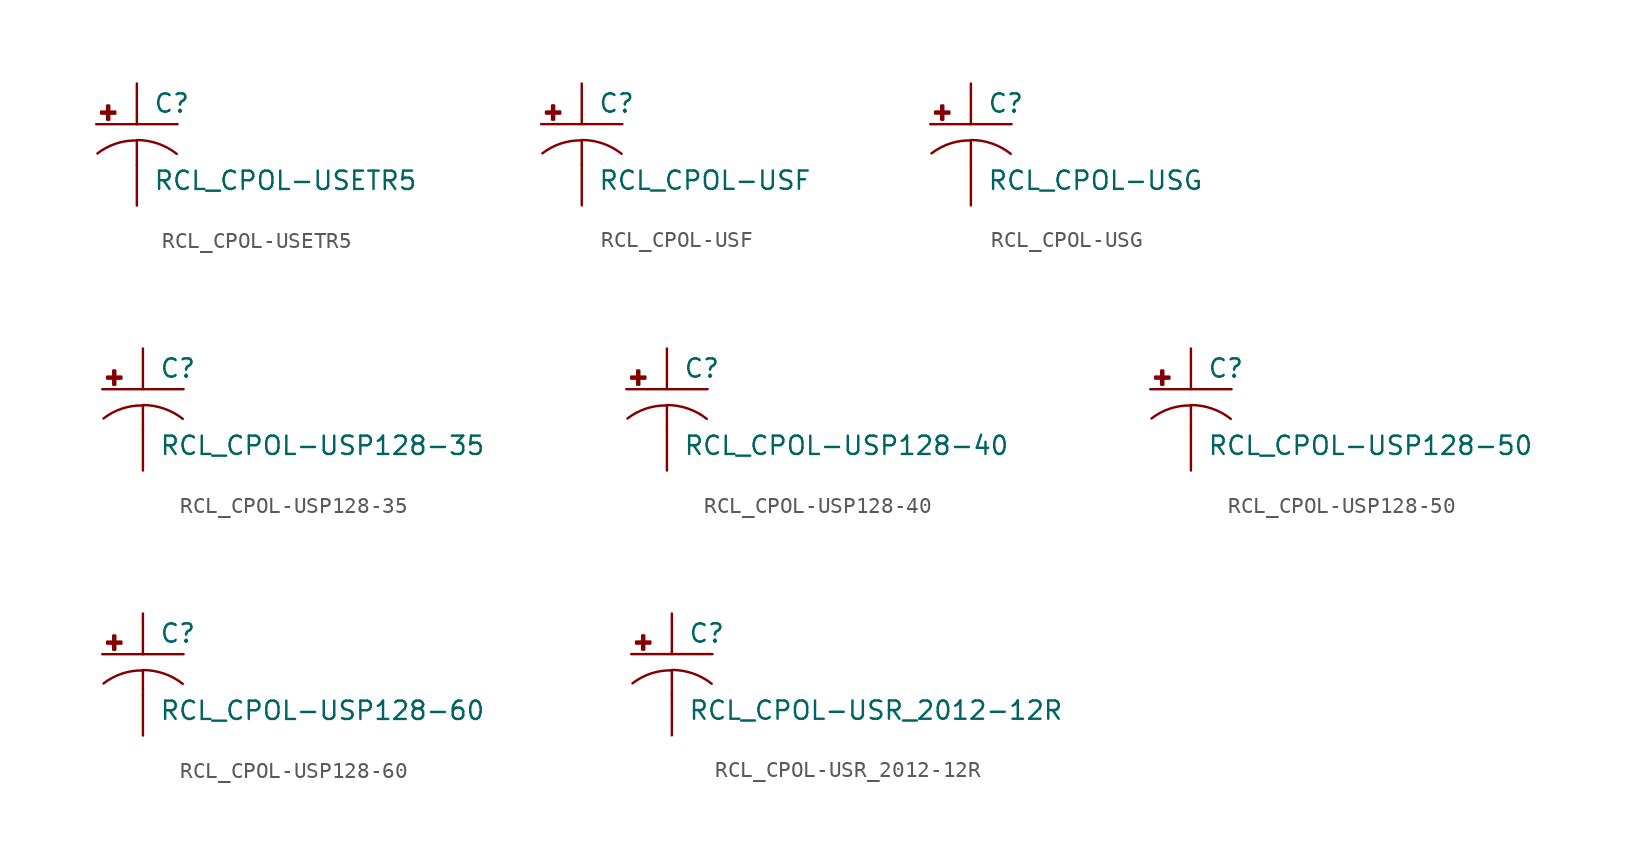
<source format=kicad_sym>
(kicad_symbol_lib
  (version 20210619)
  (generator kicad_symbol_editor)
  (symbol "RCL_CPOL-USETR5"
    (pin_numbers hide)
    (pin_names
      (offset 1.016) hide)
    (property "Reference" "C"
      (at 1.016 0.635 0)
      (effects (font (size 1.143 1.143)) (justify left bottom)))
    (property "Value" "RCL_CPOL-USETR5"
      (at 1.016 -4.191 0)
      (effects (font (size 1.143 1.143)) (justify left bottom)))
    (property "ki_locked" ""
      (at 0 0 0)
      (effects (font (size 1.27 1.27))))
    (symbol "RCL_CPOL-USETR5_1_0"
      (polyline (pts (xy -2.54 0) (xy 2.54 0)) (stroke (width 0)) (fill (type none)))
      (polyline (pts (xy 0 -1.016) (xy 0 -2.54)) (stroke (width 0)) (fill (type none)))
      (polyline (pts (xy 0 -1.016) (xy 0 -1.016)) (stroke (width 0)) (fill (type none))))
    (symbol "RCL_CPOL-USETR5_1_1"
      (arc (start 0 -1.016) (end -2.4638 -1.8288) (radius (at 0 -5.0546) (length 4.0386) (angles 90.1 127.3)) (stroke (width 0)) (fill (type none)))
      (arc (start 2.4892 -1.8542) (end 0 -0.9906) (radius (at 0 -5.0292) (length 4.0386) (angles 52.3 89.9)) (stroke (width 0)) (fill (type none)))
      (rectangle (start -2.235 0.66) (end -1.346 0.787) (stroke (width 0)) (fill (type outline)))
      (rectangle (start -1.854 0.279) (end -1.727 1.168) (stroke (width 0)) (fill (type outline)))
      (pin passive line (at 0 2.54 270) (length 2.54) (name "+" (effects (font (size 1.016 1.016)))) (number "+" (effects (font (size 1.016 1.016)))))
      (pin passive line (at 0 -5.08 90) (length 2.54) (name "-" (effects (font (size 1.016 1.016)))) (number "-" (effects (font (size 1.016 1.016)))))))
  (symbol "RCL_CPOL-USF"
    (pin_numbers hide)
    (pin_names
      (offset 1.016) hide)
    (property "Reference" "C"
      (at 1.016 0.635 0)
      (effects (font (size 1.143 1.143)) (justify left bottom)))
    (property "Value" "RCL_CPOL-USF"
      (at 1.016 -4.191 0)
      (effects (font (size 1.143 1.143)) (justify left bottom)))
    (property "ki_locked" ""
      (at 0 0 0)
      (effects (font (size 1.27 1.27))))
    (symbol "RCL_CPOL-USF_1_0"
      (polyline (pts (xy -2.54 0) (xy 2.54 0)) (stroke (width 0)) (fill (type none)))
      (polyline (pts (xy 0 -1.016) (xy 0 -2.54)) (stroke (width 0)) (fill (type none)))
      (polyline (pts (xy 0 -1.016) (xy 0 -1.016)) (stroke (width 0)) (fill (type none))))
    (symbol "RCL_CPOL-USF_1_1"
      (arc (start 0 -1.016) (end -2.4638 -1.8288) (radius (at 0 -5.0546) (length 4.0386) (angles 90.1 127.3)) (stroke (width 0)) (fill (type none)))
      (arc (start 2.4892 -1.8542) (end 0 -0.9906) (radius (at 0 -5.0292) (length 4.0386) (angles 52.3 89.9)) (stroke (width 0)) (fill (type none)))
      (rectangle (start -2.235 0.66) (end -1.346 0.787) (stroke (width 0)) (fill (type outline)))
      (rectangle (start -1.854 0.279) (end -1.727 1.168) (stroke (width 0)) (fill (type outline)))
      (pin passive line (at 0 2.54 270) (length 2.54) (name "+" (effects (font (size 1.016 1.016)))) (number "+" (effects (font (size 1.016 1.016)))))
      (pin passive line (at 0 -5.08 90) (length 2.54) (name "-" (effects (font (size 1.016 1.016)))) (number "-" (effects (font (size 1.016 1.016)))))))
  (symbol "RCL_CPOL-USG"
    (pin_numbers hide)
    (pin_names
      (offset 1.016) hide)
    (property "Reference" "C"
      (at 1.016 0.635 0)
      (effects (font (size 1.143 1.143)) (justify left bottom)))
    (property "Value" "RCL_CPOL-USG"
      (at 1.016 -4.191 0)
      (effects (font (size 1.143 1.143)) (justify left bottom)))
    (property "ki_locked" ""
      (at 0 0 0)
      (effects (font (size 1.27 1.27))))
    (symbol "RCL_CPOL-USG_1_0"
      (polyline (pts (xy -2.54 0) (xy 2.54 0)) (stroke (width 0)) (fill (type none)))
      (polyline (pts (xy 0 -1.016) (xy 0 -2.54)) (stroke (width 0)) (fill (type none)))
      (polyline (pts (xy 0 -1.016) (xy 0 -1.016)) (stroke (width 0)) (fill (type none))))
    (symbol "RCL_CPOL-USG_1_1"
      (arc (start 0 -1.016) (end -2.4638 -1.8288) (radius (at 0 -5.0546) (length 4.0386) (angles 90.1 127.3)) (stroke (width 0)) (fill (type none)))
      (arc (start 2.4892 -1.8542) (end 0 -0.9906) (radius (at 0 -5.0292) (length 4.0386) (angles 52.3 89.9)) (stroke (width 0)) (fill (type none)))
      (rectangle (start -2.235 0.66) (end -1.346 0.787) (stroke (width 0)) (fill (type outline)))
      (rectangle (start -1.854 0.279) (end -1.727 1.168) (stroke (width 0)) (fill (type outline)))
      (pin passive line (at 0 2.54 270) (length 2.54) (name "+" (effects (font (size 1.016 1.016)))) (number "+" (effects (font (size 1.016 1.016)))))
      (pin passive line (at 0 -5.08 90) (length 2.54) (name "-" (effects (font (size 1.016 1.016)))) (number "-" (effects (font (size 1.016 1.016)))))))
  (symbol "RCL_CPOL-USP128-35"
    (pin_numbers hide)
    (pin_names
      (offset 1.016) hide)
    (property "Reference" "C"
      (at 1.016 0.635 0)
      (effects (font (size 1.143 1.143)) (justify left bottom)))
    (property "Value" "RCL_CPOL-USP128-35"
      (at 1.016 -4.191 0)
      (effects (font (size 1.143 1.143)) (justify left bottom)))
    (property "ki_locked" ""
      (at 0 0 0)
      (effects (font (size 1.27 1.27))))
    (symbol "RCL_CPOL-USP128-35_1_0"
      (polyline (pts (xy -2.54 0) (xy 2.54 0)) (stroke (width 0)) (fill (type none)))
      (polyline (pts (xy 0 -1.016) (xy 0 -2.54)) (stroke (width 0)) (fill (type none)))
      (polyline (pts (xy 0 -1.016) (xy 0 -1.016)) (stroke (width 0)) (fill (type none))))
    (symbol "RCL_CPOL-USP128-35_1_1"
      (arc (start 0 -1.016) (end -2.4638 -1.8288) (radius (at 0 -5.0546) (length 4.0386) (angles 90.1 127.3)) (stroke (width 0)) (fill (type none)))
      (arc (start 2.4892 -1.8542) (end 0 -0.9906) (radius (at 0 -5.0292) (length 4.0386) (angles 52.3 89.9)) (stroke (width 0)) (fill (type none)))
      (rectangle (start -2.235 0.66) (end -1.346 0.787) (stroke (width 0)) (fill (type outline)))
      (rectangle (start -1.854 0.279) (end -1.727 1.168) (stroke (width 0)) (fill (type outline)))
      (pin passive line (at 0 2.54 270) (length 2.54) (name "+" (effects (font (size 1.016 1.016)))) (number "+" (effects (font (size 1.016 1.016)))))
      (pin passive line (at 0 -5.08 90) (length 2.54) (name "-" (effects (font (size 1.016 1.016)))) (number "-" (effects (font (size 1.016 1.016)))))))
  (symbol "RCL_CPOL-USP128-40"
    (pin_numbers hide)
    (pin_names
      (offset 1.016) hide)
    (property "Reference" "C"
      (at 1.016 0.635 0)
      (effects (font (size 1.143 1.143)) (justify left bottom)))
    (property "Value" "RCL_CPOL-USP128-40"
      (at 1.016 -4.191 0)
      (effects (font (size 1.143 1.143)) (justify left bottom)))
    (property "ki_locked" ""
      (at 0 0 0)
      (effects (font (size 1.27 1.27))))
    (symbol "RCL_CPOL-USP128-40_1_0"
      (polyline (pts (xy -2.54 0) (xy 2.54 0)) (stroke (width 0)) (fill (type none)))
      (polyline (pts (xy 0 -1.016) (xy 0 -2.54)) (stroke (width 0)) (fill (type none)))
      (polyline (pts (xy 0 -1.016) (xy 0 -1.016)) (stroke (width 0)) (fill (type none))))
    (symbol "RCL_CPOL-USP128-40_1_1"
      (arc (start 0 -1.016) (end -2.4638 -1.8288) (radius (at 0 -5.0546) (length 4.0386) (angles 90.1 127.3)) (stroke (width 0)) (fill (type none)))
      (arc (start 2.4892 -1.8542) (end 0 -0.9906) (radius (at 0 -5.0292) (length 4.0386) (angles 52.3 89.9)) (stroke (width 0)) (fill (type none)))
      (rectangle (start -2.235 0.66) (end -1.346 0.787) (stroke (width 0)) (fill (type outline)))
      (rectangle (start -1.854 0.279) (end -1.727 1.168) (stroke (width 0)) (fill (type outline)))
      (pin passive line (at 0 2.54 270) (length 2.54) (name "+" (effects (font (size 1.016 1.016)))) (number "+" (effects (font (size 1.016 1.016)))))
      (pin passive line (at 0 -5.08 90) (length 2.54) (name "-" (effects (font (size 1.016 1.016)))) (number "-" (effects (font (size 1.016 1.016)))))))
  (symbol "RCL_CPOL-USP128-50"
    (pin_numbers hide)
    (pin_names
      (offset 1.016) hide)
    (property "Reference" "C"
      (at 1.016 0.635 0)
      (effects (font (size 1.143 1.143)) (justify left bottom)))
    (property "Value" "RCL_CPOL-USP128-50"
      (at 1.016 -4.191 0)
      (effects (font (size 1.143 1.143)) (justify left bottom)))
    (property "ki_locked" ""
      (at 0 0 0)
      (effects (font (size 1.27 1.27))))
    (symbol "RCL_CPOL-USP128-50_1_0"
      (polyline (pts (xy -2.54 0) (xy 2.54 0)) (stroke (width 0)) (fill (type none)))
      (polyline (pts (xy 0 -1.016) (xy 0 -2.54)) (stroke (width 0)) (fill (type none)))
      (polyline (pts (xy 0 -1.016) (xy 0 -1.016)) (stroke (width 0)) (fill (type none))))
    (symbol "RCL_CPOL-USP128-50_1_1"
      (arc (start 0 -1.016) (end -2.4638 -1.8288) (radius (at 0 -5.0546) (length 4.0386) (angles 90.1 127.3)) (stroke (width 0)) (fill (type none)))
      (arc (start 2.4892 -1.8542) (end 0 -0.9906) (radius (at 0 -5.0292) (length 4.0386) (angles 52.3 89.9)) (stroke (width 0)) (fill (type none)))
      (rectangle (start -2.235 0.66) (end -1.346 0.787) (stroke (width 0)) (fill (type outline)))
      (rectangle (start -1.854 0.279) (end -1.727 1.168) (stroke (width 0)) (fill (type outline)))
      (pin passive line (at 0 2.54 270) (length 2.54) (name "+" (effects (font (size 1.016 1.016)))) (number "+" (effects (font (size 1.016 1.016)))))
      (pin passive line (at 0 -5.08 90) (length 2.54) (name "-" (effects (font (size 1.016 1.016)))) (number "-" (effects (font (size 1.016 1.016)))))))
  (symbol "RCL_CPOL-USP128-60"
    (pin_numbers hide)
    (pin_names
      (offset 1.016) hide)
    (property "Reference" "C"
      (at 1.016 0.635 0)
      (effects (font (size 1.143 1.143)) (justify left bottom)))
    (property "Value" "RCL_CPOL-USP128-60"
      (at 1.016 -4.191 0)
      (effects (font (size 1.143 1.143)) (justify left bottom)))
    (property "ki_locked" ""
      (at 0 0 0)
      (effects (font (size 1.27 1.27))))
    (symbol "RCL_CPOL-USP128-60_1_0"
      (polyline (pts (xy -2.54 0) (xy 2.54 0)) (stroke (width 0)) (fill (type none)))
      (polyline (pts (xy 0 -1.016) (xy 0 -2.54)) (stroke (width 0)) (fill (type none)))
      (polyline (pts (xy 0 -1.016) (xy 0 -1.016)) (stroke (width 0)) (fill (type none))))
    (symbol "RCL_CPOL-USP128-60_1_1"
      (arc (start 0 -1.016) (end -2.4638 -1.8288) (radius (at 0 -5.0546) (length 4.0386) (angles 90.1 127.3)) (stroke (width 0)) (fill (type none)))
      (arc (start 2.4892 -1.8542) (end 0 -0.9906) (radius (at 0 -5.0292) (length 4.0386) (angles 52.3 89.9)) (stroke (width 0)) (fill (type none)))
      (rectangle (start -2.235 0.66) (end -1.346 0.787) (stroke (width 0)) (fill (type outline)))
      (rectangle (start -1.854 0.279) (end -1.727 1.168) (stroke (width 0)) (fill (type outline)))
      (pin passive line (at 0 2.54 270) (length 2.54) (name "+" (effects (font (size 1.016 1.016)))) (number "+" (effects (font (size 1.016 1.016)))))
      (pin passive line (at 0 -5.08 90) (length 2.54) (name "-" (effects (font (size 1.016 1.016)))) (number "-" (effects (font (size 1.016 1.016)))))))
  (symbol "RCL_CPOL-USR_2012-12R"
    (pin_numbers hide)
    (pin_names
      (offset 1.016) hide)
    (property "Reference" "C"
      (at 1.016 0.635 0)
      (effects (font (size 1.143 1.143)) (justify left bottom)))
    (property "Value" "RCL_CPOL-USR_2012-12R"
      (at 1.016 -4.191 0)
      (effects (font (size 1.143 1.143)) (justify left bottom)))
    (property "ki_locked" ""
      (at 0 0 0)
      (effects (font (size 1.27 1.27))))
    (symbol "RCL_CPOL-USR_2012-12R_1_0"
      (polyline (pts (xy -2.54 0) (xy 2.54 0)) (stroke (width 0)) (fill (type none)))
      (polyline (pts (xy 0 -1.016) (xy 0 -2.54)) (stroke (width 0)) (fill (type none)))
      (polyline (pts (xy 0 -1.016) (xy 0 -1.016)) (stroke (width 0)) (fill (type none))))
    (symbol "RCL_CPOL-USR_2012-12R_1_1"
      (arc (start 0 -1.016) (end -2.4638 -1.8288) (radius (at 0 -5.0546) (length 4.0386) (angles 90.1 127.3)) (stroke (width 0)) (fill (type none)))
      (arc (start 2.4892 -1.8542) (end 0 -0.9906) (radius (at 0 -5.0292) (length 4.0386) (angles 52.3 89.9)) (stroke (width 0)) (fill (type none)))
      (rectangle (start -2.235 0.66) (end -1.346 0.787) (stroke (width 0)) (fill (type outline)))
      (rectangle (start -1.854 0.279) (end -1.727 1.168) (stroke (width 0)) (fill (type outline)))
      (pin passive line (at 0 2.54 270) (length 2.54) (name "+" (effects (font (size 1.016 1.016)))) (number "+" (effects (font (size 1.016 1.016)))))
      (pin passive line (at 0 -5.08 90) (length 2.54) (name "-" (effects (font (size 1.016 1.016)))) (number "-" (effects (font (size 1.016 1.016))))))))
</source>
